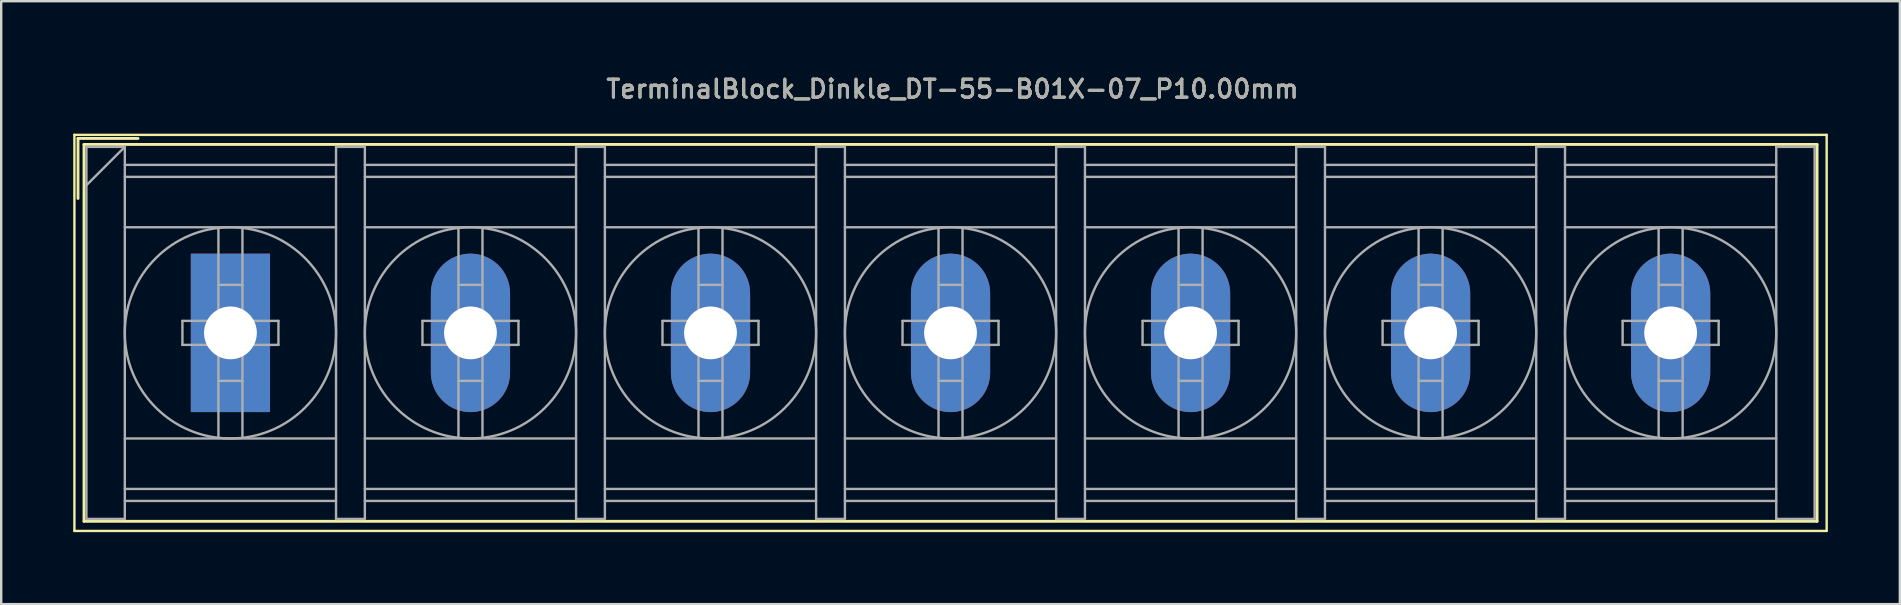
<source format=kicad_pcb>
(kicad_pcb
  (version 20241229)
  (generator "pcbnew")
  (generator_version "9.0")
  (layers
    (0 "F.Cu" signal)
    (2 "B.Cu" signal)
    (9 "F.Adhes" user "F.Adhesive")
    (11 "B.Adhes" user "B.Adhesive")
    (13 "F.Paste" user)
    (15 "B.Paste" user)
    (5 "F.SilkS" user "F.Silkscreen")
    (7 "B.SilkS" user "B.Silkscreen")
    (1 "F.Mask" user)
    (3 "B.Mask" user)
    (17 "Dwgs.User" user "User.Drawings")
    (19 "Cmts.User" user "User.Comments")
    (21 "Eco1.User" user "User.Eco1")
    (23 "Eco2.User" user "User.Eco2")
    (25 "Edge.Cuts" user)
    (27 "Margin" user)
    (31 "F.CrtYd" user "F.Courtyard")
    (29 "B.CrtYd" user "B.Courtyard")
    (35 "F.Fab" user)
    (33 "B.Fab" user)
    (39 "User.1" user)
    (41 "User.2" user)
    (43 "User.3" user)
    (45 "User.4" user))
  (footprint "TerminalBlock_Dinkle_DT-55-B01X-07_P10.00mm"
    (layer "F.Cu")
    (at 6.55 10.818)
    (property "Reference" "TerminalBlock_Dinkle_DT-55-B01X-07_P10.00mm" (at 30.08 -10.16 0) (layer "F.SilkS") (effects (font (size 0.75 0.75) (thickness 0.125))))
    (attr through_hole)
    (fp_line (start -6.5 -8.25) (end 66.5 -8.25) (stroke (width 0.1) (type solid)) (layer "F.SilkS"))
    (fp_line (start -6.5 8.25) (end -6.5 -8.25) (stroke (width 0.1) (type solid)) (layer "F.SilkS"))
    (fp_line (start -6.5 8.25) (end 66.5 8.25) (stroke (width 0.1) (type solid)) (layer "F.SilkS"))
    (fp_line (start -6.35 -8.1) (end -3.85 -8.1) (stroke (width 0.12) (type solid)) (layer "F.SilkS"))
    (fp_line (start -6.35 -5.6) (end -6.35 -8.1) (stroke (width 0.12) (type solid)) (layer "F.SilkS"))
    (fp_line (start -6.1 -7.85) (end 66.1 -7.85) (stroke (width 0.12) (type solid)) (layer "F.SilkS"))
    (fp_line (start -6.1 7.85) (end -6.1 -7.85) (stroke (width 0.12) (type solid)) (layer "F.SilkS"))
    (fp_line (start -6.1 7.85) (end 66.1 7.85) (stroke (width 0.12) (type solid)) (layer "F.SilkS"))
    (fp_line (start 66.1 -7.85) (end 66.1 7.85) (stroke (width 0.12) (type solid)) (layer "F.SilkS"))
    (fp_line (start 66.5 -8.25) (end 66.5 8.25) (stroke (width 0.1) (type solid)) (layer "F.SilkS"))
    (fp_line (start -6 -7.75) (end -6 7.75) (stroke (width 0.1) (type solid)) (layer "F.Fab"))
    (fp_line (start -6 -7.75) (end -4.4 -7.75) (stroke (width 0.1) (type solid)) (layer "F.Fab"))
    (fp_line (start -6 7.75) (end -4.4 7.75) (stroke (width 0.1) (type solid)) (layer "F.Fab"))
    (fp_line (start -4.4 -7.75) (end -6 -6.15) (stroke (width 0.1) (type solid)) (layer "F.Fab"))
    (fp_line (start -4.4 -7.75) (end -4.4 7.75) (stroke (width 0.1) (type solid)) (layer "F.Fab"))
    (fp_line (start -4.4 -7) (end 4.4 -7) (stroke (width 0.1) (type solid)) (layer "F.Fab"))
    (fp_line (start -4.4 -6.5) (end 4.4 -6.5) (stroke (width 0.1) (type solid)) (layer "F.Fab"))
    (fp_line (start -4.4 -4.4) (end 4.4 -4.4) (stroke (width 0.1) (type solid)) (layer "F.Fab"))
    (fp_line (start -4.4 4.4) (end 4.4 4.4) (stroke (width 0.1) (type solid)) (layer "F.Fab"))
    (fp_line (start -4.4 6.5) (end 4.4 6.5) (stroke (width 0.1) (type solid)) (layer "F.Fab"))
    (fp_line (start -4.4 7) (end 4.4 7) (stroke (width 0.1) (type solid)) (layer "F.Fab"))
    (fp_line (start -2 -0.5) (end -2 0.5) (stroke (width 0.1) (type solid)) (layer "F.Fab"))
    (fp_line (start -2 0.5) (end -0.5 0.5) (stroke (width 0.1) (type solid)) (layer "F.Fab"))
    (fp_line (start -0.5 -4.35) (end -0.5 -0.5) (stroke (width 0.1) (type solid)) (layer "F.Fab"))
    (fp_line (start -0.5 -2) (end 0.5 -2) (stroke (width 0.1) (type solid)) (layer "F.Fab"))
    (fp_line (start -0.5 -0.5) (end -2 -0.5) (stroke (width 0.1) (type solid)) (layer "F.Fab"))
    (fp_line (start -0.5 0.5) (end -0.5 4.35) (stroke (width 0.1) (type solid)) (layer "F.Fab"))
    (fp_line (start -0.5 2) (end 0.5 2) (stroke (width 0.1) (type solid)) (layer "F.Fab"))
    (fp_line (start 0.5 -4.35) (end 0.5 -0.5) (stroke (width 0.1) (type solid)) (layer "F.Fab"))
    (fp_line (start 0.5 -0.5) (end 2 -0.5) (stroke (width 0.1) (type solid)) (layer "F.Fab"))
    (fp_line (start 0.5 0.5) (end 0.5 4.35) (stroke (width 0.1) (type solid)) (layer "F.Fab"))
    (fp_line (start 2 -0.5) (end 2 0.5) (stroke (width 0.1) (type solid)) (layer "F.Fab"))
    (fp_line (start 2 0.5) (end 0.5 0.5) (stroke (width 0.1) (type solid)) (layer "F.Fab"))
    (fp_line (start 4.4 -7.75) (end 4.4 7.75) (stroke (width 0.1) (type solid)) (layer "F.Fab"))
    (fp_line (start 4.4 -7.75) (end 5.6 -7.75) (stroke (width 0.1) (type solid)) (layer "F.Fab"))
    (fp_line (start 4.4 7.75) (end 5.6 7.75) (stroke (width 0.1) (type solid)) (layer "F.Fab"))
    (fp_line (start 5.6 -7.75) (end 5.6 7.75) (stroke (width 0.1) (type solid)) (layer "F.Fab"))
    (fp_line (start 5.6 -7) (end 14.4 -7) (stroke (width 0.1) (type solid)) (layer "F.Fab"))
    (fp_line (start 5.6 -6.5) (end 14.4 -6.5) (stroke (width 0.1) (type solid)) (layer "F.Fab"))
    (fp_line (start 5.6 -4.4) (end 14.4 -4.4) (stroke (width 0.1) (type solid)) (layer "F.Fab"))
    (fp_line (start 5.6 4.4) (end 14.4 4.4) (stroke (width 0.1) (type solid)) (layer "F.Fab"))
    (fp_line (start 5.6 6.5) (end 14.4 6.5) (stroke (width 0.1) (type solid)) (layer "F.Fab"))
    (fp_line (start 5.6 7) (end 14.4 7) (stroke (width 0.1) (type solid)) (layer "F.Fab"))
    (fp_line (start 8 -0.5) (end 8 0.5) (stroke (width 0.1) (type solid)) (layer "F.Fab"))
    (fp_line (start 8 0.5) (end 9.5 0.5) (stroke (width 0.1) (type solid)) (layer "F.Fab"))
    (fp_line (start 9.5 -4.35) (end 9.5 -0.5) (stroke (width 0.1) (type solid)) (layer "F.Fab"))
    (fp_line (start 9.5 -2) (end 10.5 -2) (stroke (width 0.1) (type solid)) (layer "F.Fab"))
    (fp_line (start 9.5 -0.5) (end 8 -0.5) (stroke (width 0.1) (type solid)) (layer "F.Fab"))
    (fp_line (start 9.5 0.5) (end 9.5 4.35) (stroke (width 0.1) (type solid)) (layer "F.Fab"))
    (fp_line (start 9.5 2) (end 10.5 2) (stroke (width 0.1) (type solid)) (layer "F.Fab"))
    (fp_line (start 10.5 -4.35) (end 10.5 -0.5) (stroke (width 0.1) (type solid)) (layer "F.Fab"))
    (fp_line (start 10.5 -0.5) (end 12 -0.5) (stroke (width 0.1) (type solid)) (layer "F.Fab"))
    (fp_line (start 10.5 0.5) (end 10.5 4.35) (stroke (width 0.1) (type solid)) (layer "F.Fab"))
    (fp_line (start 12 -0.5) (end 12 0.5) (stroke (width 0.1) (type solid)) (layer "F.Fab"))
    (fp_line (start 12 0.5) (end 10.5 0.5) (stroke (width 0.1) (type solid)) (layer "F.Fab"))
    (fp_line (start 14.4 -7.75) (end 14.4 7.75) (stroke (width 0.1) (type solid)) (layer "F.Fab"))
    (fp_line (start 14.4 -7.75) (end 15.6 -7.75) (stroke (width 0.1) (type solid)) (layer "F.Fab"))
    (fp_line (start 14.4 7.75) (end 15.6 7.75) (stroke (width 0.1) (type solid)) (layer "F.Fab"))
    (fp_line (start 15.6 -7.75) (end 15.6 7.75) (stroke (width 0.1) (type solid)) (layer "F.Fab"))
    (fp_line (start 15.6 -7) (end 24.4 -7) (stroke (width 0.1) (type solid)) (layer "F.Fab"))
    (fp_line (start 15.6 -6.5) (end 24.4 -6.5) (stroke (width 0.1) (type solid)) (layer "F.Fab"))
    (fp_line (start 15.6 -4.4) (end 24.4 -4.4) (stroke (width 0.1) (type solid)) (layer "F.Fab"))
    (fp_line (start 15.6 4.4) (end 24.4 4.4) (stroke (width 0.1) (type solid)) (layer "F.Fab"))
    (fp_line (start 15.6 6.5) (end 24.4 6.5) (stroke (width 0.1) (type solid)) (layer "F.Fab"))
    (fp_line (start 15.6 7) (end 24.4 7) (stroke (width 0.1) (type solid)) (layer "F.Fab"))
    (fp_line (start 18 -0.5) (end 18 0.5) (stroke (width 0.1) (type solid)) (layer "F.Fab"))
    (fp_line (start 18 0.5) (end 19.5 0.5) (stroke (width 0.1) (type solid)) (layer "F.Fab"))
    (fp_line (start 19.5 -4.35) (end 19.5 -0.5) (stroke (width 0.1) (type solid)) (layer "F.Fab"))
    (fp_line (start 19.5 -2) (end 20.5 -2) (stroke (width 0.1) (type solid)) (layer "F.Fab"))
    (fp_line (start 19.5 -0.5) (end 18 -0.5) (stroke (width 0.1) (type solid)) (layer "F.Fab"))
    (fp_line (start 19.5 0.5) (end 19.5 4.35) (stroke (width 0.1) (type solid)) (layer "F.Fab"))
    (fp_line (start 19.5 2) (end 20.5 2) (stroke (width 0.1) (type solid)) (layer "F.Fab"))
    (fp_line (start 20.5 -4.35) (end 20.5 -0.5) (stroke (width 0.1) (type solid)) (layer "F.Fab"))
    (fp_line (start 20.5 -0.5) (end 22 -0.5) (stroke (width 0.1) (type solid)) (layer "F.Fab"))
    (fp_line (start 20.5 0.5) (end 20.5 4.35) (stroke (width 0.1) (type solid)) (layer "F.Fab"))
    (fp_line (start 22 -0.5) (end 22 0.5) (stroke (width 0.1) (type solid)) (layer "F.Fab"))
    (fp_line (start 22 0.5) (end 20.5 0.5) (stroke (width 0.1) (type solid)) (layer "F.Fab"))
    (fp_line (start 24.4 -7.75) (end 24.4 7.75) (stroke (width 0.1) (type solid)) (layer "F.Fab"))
    (fp_line (start 24.4 -7.75) (end 25.6 -7.75) (stroke (width 0.1) (type solid)) (layer "F.Fab"))
    (fp_line (start 24.4 7.75) (end 25.6 7.75) (stroke (width 0.1) (type solid)) (layer "F.Fab"))
    (fp_line (start 25.6 -7.75) (end 25.6 7.75) (stroke (width 0.1) (type solid)) (layer "F.Fab"))
    (fp_line (start 25.6 -7) (end 34.4 -7) (stroke (width 0.1) (type solid)) (layer "F.Fab"))
    (fp_line (start 25.6 -6.5) (end 34.4 -6.5) (stroke (width 0.1) (type solid)) (layer "F.Fab"))
    (fp_line (start 25.6 -4.4) (end 34.4 -4.4) (stroke (width 0.1) (type solid)) (layer "F.Fab"))
    (fp_line (start 25.6 4.4) (end 34.4 4.4) (stroke (width 0.1) (type solid)) (layer "F.Fab"))
    (fp_line (start 25.6 6.5) (end 34.4 6.5) (stroke (width 0.1) (type solid)) (layer "F.Fab"))
    (fp_line (start 25.6 7) (end 34.4 7) (stroke (width 0.1) (type solid)) (layer "F.Fab"))
    (fp_line (start 28 -0.5) (end 28 0.5) (stroke (width 0.1) (type solid)) (layer "F.Fab"))
    (fp_line (start 28 0.5) (end 29.5 0.5) (stroke (width 0.1) (type solid)) (layer "F.Fab"))
    (fp_line (start 29.5 -4.35) (end 29.5 -0.5) (stroke (width 0.1) (type solid)) (layer "F.Fab"))
    (fp_line (start 29.5 -2) (end 30.5 -2) (stroke (width 0.1) (type solid)) (layer "F.Fab"))
    (fp_line (start 29.5 -0.5) (end 28 -0.5) (stroke (width 0.1) (type solid)) (layer "F.Fab"))
    (fp_line (start 29.5 0.5) (end 29.5 4.35) (stroke (width 0.1) (type solid)) (layer "F.Fab"))
    (fp_line (start 29.5 2) (end 30.5 2) (stroke (width 0.1) (type solid)) (layer "F.Fab"))
    (fp_line (start 30.5 -4.35) (end 30.5 -0.5) (stroke (width 0.1) (type solid)) (layer "F.Fab"))
    (fp_line (start 30.5 -0.5) (end 32 -0.5) (stroke (width 0.1) (type solid)) (layer "F.Fab"))
    (fp_line (start 30.5 0.5) (end 30.5 4.35) (stroke (width 0.1) (type solid)) (layer "F.Fab"))
    (fp_line (start 32 -0.5) (end 32 0.5) (stroke (width 0.1) (type solid)) (layer "F.Fab"))
    (fp_line (start 32 0.5) (end 30.5 0.5) (stroke (width 0.1) (type solid)) (layer "F.Fab"))
    (fp_line (start 34.4 -7.75) (end 34.4 7.75) (stroke (width 0.1) (type solid)) (layer "F.Fab"))
    (fp_line (start 34.4 -7.75) (end 35.6 -7.75) (stroke (width 0.1) (type solid)) (layer "F.Fab"))
    (fp_line (start 34.4 7.75) (end 35.6 7.75) (stroke (width 0.1) (type solid)) (layer "F.Fab"))
    (fp_line (start 35.6 -7.75) (end 35.6 7.75) (stroke (width 0.1) (type solid)) (layer "F.Fab"))
    (fp_line (start 35.6 -7) (end 44.4 -7) (stroke (width 0.1) (type solid)) (layer "F.Fab"))
    (fp_line (start 35.6 -6.5) (end 44.4 -6.5) (stroke (width 0.1) (type solid)) (layer "F.Fab"))
    (fp_line (start 35.6 -4.4) (end 44.4 -4.4) (stroke (width 0.1) (type solid)) (layer "F.Fab"))
    (fp_line (start 35.6 4.4) (end 44.4 4.4) (stroke (width 0.1) (type solid)) (layer "F.Fab"))
    (fp_line (start 35.6 6.5) (end 44.4 6.5) (stroke (width 0.1) (type solid)) (layer "F.Fab"))
    (fp_line (start 35.6 7) (end 44.4 7) (stroke (width 0.1) (type solid)) (layer "F.Fab"))
    (fp_line (start 38 -0.5) (end 38 0.5) (stroke (width 0.1) (type solid)) (layer "F.Fab"))
    (fp_line (start 38 0.5) (end 39.5 0.5) (stroke (width 0.1) (type solid)) (layer "F.Fab"))
    (fp_line (start 39.5 -4.35) (end 39.5 -0.5) (stroke (width 0.1) (type solid)) (layer "F.Fab"))
    (fp_line (start 39.5 -2) (end 40.5 -2) (stroke (width 0.1) (type solid)) (layer "F.Fab"))
    (fp_line (start 39.5 -0.5) (end 38 -0.5) (stroke (width 0.1) (type solid)) (layer "F.Fab"))
    (fp_line (start 39.5 0.5) (end 39.5 4.35) (stroke (width 0.1) (type solid)) (layer "F.Fab"))
    (fp_line (start 39.5 2) (end 40.5 2) (stroke (width 0.1) (type solid)) (layer "F.Fab"))
    (fp_line (start 40.5 -4.35) (end 40.5 -0.5) (stroke (width 0.1) (type solid)) (layer "F.Fab"))
    (fp_line (start 40.5 -0.5) (end 42 -0.5) (stroke (width 0.1) (type solid)) (layer "F.Fab"))
    (fp_line (start 40.5 0.5) (end 40.5 4.35) (stroke (width 0.1) (type solid)) (layer "F.Fab"))
    (fp_line (start 42 -0.5) (end 42 0.5) (stroke (width 0.1) (type solid)) (layer "F.Fab"))
    (fp_line (start 42 0.5) (end 40.5 0.5) (stroke (width 0.1) (type solid)) (layer "F.Fab"))
    (fp_line (start 44.4 -7.75) (end 44.4 7.75) (stroke (width 0.1) (type solid)) (layer "F.Fab"))
    (fp_line (start 44.4 -7.75) (end 45.6 -7.75) (stroke (width 0.1) (type solid)) (layer "F.Fab"))
    (fp_line (start 44.4 7.75) (end 45.6 7.75) (stroke (width 0.1) (type solid)) (layer "F.Fab"))
    (fp_line (start 45.6 -7.75) (end 45.6 7.75) (stroke (width 0.1) (type solid)) (layer "F.Fab"))
    (fp_line (start 45.6 -7) (end 54.4 -7) (stroke (width 0.1) (type solid)) (layer "F.Fab"))
    (fp_line (start 45.6 -6.5) (end 54.4 -6.5) (stroke (width 0.1) (type solid)) (layer "F.Fab"))
    (fp_line (start 45.6 -4.4) (end 54.4 -4.4) (stroke (width 0.1) (type solid)) (layer "F.Fab"))
    (fp_line (start 45.6 4.4) (end 54.4 4.4) (stroke (width 0.1) (type solid)) (layer "F.Fab"))
    (fp_line (start 45.6 6.5) (end 54.4 6.5) (stroke (width 0.1) (type solid)) (layer "F.Fab"))
    (fp_line (start 45.6 7) (end 54.4 7) (stroke (width 0.1) (type solid)) (layer "F.Fab"))
    (fp_line (start 48 -0.5) (end 48 0.5) (stroke (width 0.1) (type solid)) (layer "F.Fab"))
    (fp_line (start 48 0.5) (end 49.5 0.5) (stroke (width 0.1) (type solid)) (layer "F.Fab"))
    (fp_line (start 49.5 -4.35) (end 49.5 -0.5) (stroke (width 0.1) (type solid)) (layer "F.Fab"))
    (fp_line (start 49.5 -2) (end 50.5 -2) (stroke (width 0.1) (type solid)) (layer "F.Fab"))
    (fp_line (start 49.5 -0.5) (end 48 -0.5) (stroke (width 0.1) (type solid)) (layer "F.Fab"))
    (fp_line (start 49.5 0.5) (end 49.5 4.35) (stroke (width 0.1) (type solid)) (layer "F.Fab"))
    (fp_line (start 49.5 2) (end 50.5 2) (stroke (width 0.1) (type solid)) (layer "F.Fab"))
    (fp_line (start 50.5 -4.35) (end 50.5 -0.5) (stroke (width 0.1) (type solid)) (layer "F.Fab"))
    (fp_line (start 50.5 -0.5) (end 52 -0.5) (stroke (width 0.1) (type solid)) (layer "F.Fab"))
    (fp_line (start 50.5 0.5) (end 50.5 4.35) (stroke (width 0.1) (type solid)) (layer "F.Fab"))
    (fp_line (start 52 -0.5) (end 52 0.5) (stroke (width 0.1) (type solid)) (layer "F.Fab"))
    (fp_line (start 52 0.5) (end 50.5 0.5) (stroke (width 0.1) (type solid)) (layer "F.Fab"))
    (fp_line (start 54.4 -7.75) (end 54.4 7.75) (stroke (width 0.1) (type solid)) (layer "F.Fab"))
    (fp_line (start 54.4 -7.75) (end 55.6 -7.75) (stroke (width 0.1) (type solid)) (layer "F.Fab"))
    (fp_line (start 54.4 7.75) (end 55.6 7.75) (stroke (width 0.1) (type solid)) (layer "F.Fab"))
    (fp_line (start 55.6 -7.75) (end 55.6 7.75) (stroke (width 0.1) (type solid)) (layer "F.Fab"))
    (fp_line (start 55.6 -7) (end 64.4 -7) (stroke (width 0.1) (type solid)) (layer "F.Fab"))
    (fp_line (start 55.6 -6.5) (end 64.4 -6.5) (stroke (width 0.1) (type solid)) (layer "F.Fab"))
    (fp_line (start 55.6 -4.4) (end 64.4 -4.4) (stroke (width 0.1) (type solid)) (layer "F.Fab"))
    (fp_line (start 55.6 4.4) (end 64.4 4.4) (stroke (width 0.1) (type solid)) (layer "F.Fab"))
    (fp_line (start 55.6 6.5) (end 64.4 6.5) (stroke (width 0.1) (type solid)) (layer "F.Fab"))
    (fp_line (start 55.6 7) (end 64.4 7) (stroke (width 0.1) (type solid)) (layer "F.Fab"))
    (fp_line (start 58 -0.5) (end 58 0.5) (stroke (width 0.1) (type solid)) (layer "F.Fab"))
    (fp_line (start 58 0.5) (end 59.5 0.5) (stroke (width 0.1) (type solid)) (layer "F.Fab"))
    (fp_line (start 59.5 -4.35) (end 59.5 -0.5) (stroke (width 0.1) (type solid)) (layer "F.Fab"))
    (fp_line (start 59.5 -2) (end 60.5 -2) (stroke (width 0.1) (type solid)) (layer "F.Fab"))
    (fp_line (start 59.5 -0.5) (end 58 -0.5) (stroke (width 0.1) (type solid)) (layer "F.Fab"))
    (fp_line (start 59.5 0.5) (end 59.5 4.35) (stroke (width 0.1) (type solid)) (layer "F.Fab"))
    (fp_line (start 59.5 2) (end 60.5 2) (stroke (width 0.1) (type solid)) (layer "F.Fab"))
    (fp_line (start 60.5 -4.35) (end 60.5 -0.5) (stroke (width 0.1) (type solid)) (layer "F.Fab"))
    (fp_line (start 60.5 -0.5) (end 62 -0.5) (stroke (width 0.1) (type solid)) (layer "F.Fab"))
    (fp_line (start 60.5 0.5) (end 60.5 4.35) (stroke (width 0.1) (type solid)) (layer "F.Fab"))
    (fp_line (start 62 -0.5) (end 62 0.5) (stroke (width 0.1) (type solid)) (layer "F.Fab"))
    (fp_line (start 62 0.5) (end 60.5 0.5) (stroke (width 0.1) (type solid)) (layer "F.Fab"))
    (fp_line (start 64.4 -7.75) (end 64.4 7.75) (stroke (width 0.1) (type solid)) (layer "F.Fab"))
    (fp_line (start 64.4 -7.75) (end 66 -7.75) (stroke (width 0.1) (type solid)) (layer "F.Fab"))
    (fp_line (start 64.4 7.75) (end 66 7.75) (stroke (width 0.1) (type solid)) (layer "F.Fab"))
    (fp_line (start 66 -7.75) (end 66 7.75) (stroke (width 0.1) (type solid)) (layer "F.Fab"))
    (fp_circle (center 0 0) (end 0.5 0.5) (stroke (width 0.1) (type solid)) (fill no) (layer "F.Fab"))
    (fp_circle (center 0 0) (end 4.4 0) (stroke (width 0.1) (type solid)) (fill no) (layer "F.Fab"))
    (fp_circle (center 10 0) (end 10.5 0.5) (stroke (width 0.1) (type solid)) (fill no) (layer "F.Fab"))
    (fp_circle (center 10 0) (end 14.4 0) (stroke (width 0.1) (type solid)) (fill no) (layer "F.Fab"))
    (fp_circle (center 20 0) (end 20.5 0.5) (stroke (width 0.1) (type solid)) (fill no) (layer "F.Fab"))
    (fp_circle (center 20 0) (end 24.4 0) (stroke (width 0.1) (type solid)) (fill no) (layer "F.Fab"))
    (fp_circle (center 30 0) (end 30.5 0.5) (stroke (width 0.1) (type solid)) (fill no) (layer "F.Fab"))
    (fp_circle (center 30 0) (end 34.4 0) (stroke (width 0.1) (type solid)) (fill no) (layer "F.Fab"))
    (fp_circle (center 40 0) (end 40.5 0.5) (stroke (width 0.1) (type solid)) (fill no) (layer "F.Fab"))
    (fp_circle (center 40 0) (end 44.4 0) (stroke (width 0.1) (type solid)) (fill no) (layer "F.Fab"))
    (fp_circle (center 50 0) (end 50.5 0.5) (stroke (width 0.1) (type solid)) (fill no) (layer "F.Fab"))
    (fp_circle (center 50 0) (end 54.4 0) (stroke (width 0.1) (type solid)) (fill no) (layer "F.Fab"))
    (fp_circle (center 60 0) (end 60.5 0.5) (stroke (width 0.1) (type solid)) (fill no) (layer "F.Fab"))
    (fp_circle (center 60 0) (end 64.4 0) (stroke (width 0.1) (type solid)) (fill no) (layer "F.Fab"))
    (fp_text user "${REFERENCE}" (at 30.08 -10.16 0) (layer "F.Fab") (effects (font (size 0.75 0.75) (thickness 0.125))))
    (pad "1" thru_hole rect (at 0 0) (size 3.3 6.6) (drill 2.2) (layers "*.Cu" "*.Mask"))
    (pad "2" thru_hole oval (at 10 0) (size 3.3 6.6) (drill 2.2) (layers "*.Cu" "*.Mask"))
    (pad "3" thru_hole oval (at 20 0) (size 3.3 6.6) (drill 2.2) (layers "*.Cu" "*.Mask"))
    (pad "4" thru_hole oval (at 30 0) (size 3.3 6.6) (drill 2.2) (layers "*.Cu" "*.Mask"))
    (pad "5" thru_hole oval (at 40 0) (size 3.3 6.6) (drill 2.2) (layers "*.Cu" "*.Mask"))
    (pad "6" thru_hole oval (at 50 0) (size 3.3 6.6) (drill 2.2) (layers "*.Cu" "*.Mask"))
    (pad "7" thru_hole oval (at 60 0) (size 3.3 6.6) (drill 2.2) (layers "*.Cu" "*.Mask")))
  (gr_rect
    (start -3 -3)
    (end 76.1 22.118)
    (stroke (width 0.1) (type default))
    (fill no)
    (layer "Edge.Cuts")))
</source>
